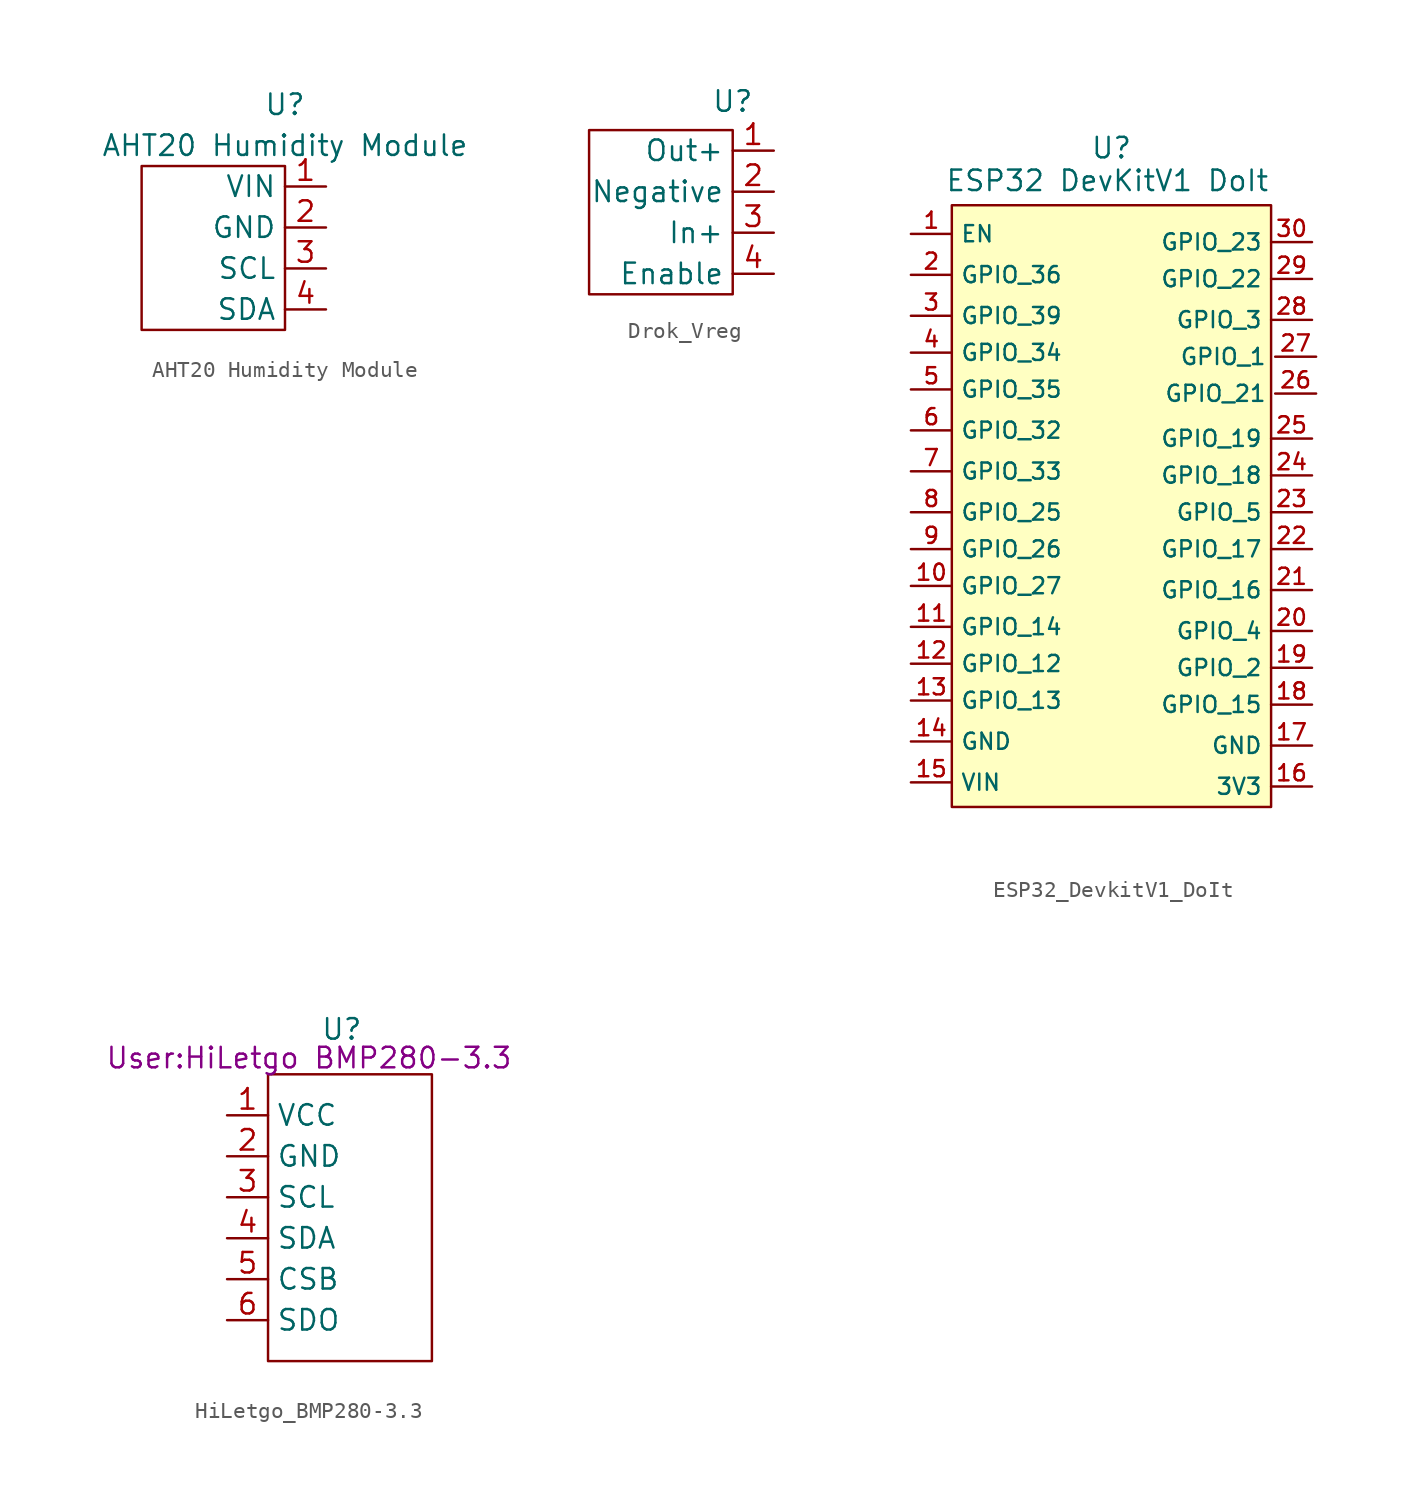
<source format=kicad_sym>
(kicad_symbol_lib
  (version 20220914)
  (generator kicad_symbol_editor)
  (symbol "AHT20 Humidity Module"
    (property "Reference" "U"
      (at 0 3.81 0)
      (effects (font (size 1.27 1.27))))
    (property "Value" "AHT20 Humidity Module"
      (at 0 1.27 0)
      (effects (font (size 1.27 1.27))))
    (symbol "AHT20 Humidity Module_0_1"
      (rectangle (start -8.89 0) (end 0 -10.16) (stroke (width 0) (type default)) (fill (type none))))
    (symbol "AHT20 Humidity Module_1_1"
      (pin power_in line (at 2.54 -1.27 180) (length 2.54) (name "VIN" (effects (font (size 1.27 1.27)))) (number "1" (effects (font (size 1.27 1.27)))))
      (pin power_in line (at 2.54 -3.81 180) (length 2.54) (name "GND" (effects (font (size 1.27 1.27)))) (number "2" (effects (font (size 1.27 1.27)))))
      (pin input line (at 2.54 -6.35 180) (length 2.54) (name "SCL" (effects (font (size 1.27 1.27)))) (number "3" (effects (font (size 1.27 1.27)))))
      (pin bidirectional line (at 2.54 -8.89 180) (length 2.54) (name "SDA" (effects (font (size 1.27 1.27)))) (number "4" (effects (font (size 1.27 1.27)))))))
  (symbol "Drok_Vreg"
    (property "Reference" "U"
      (at 0 1.778 0)
      (effects (font (size 1.27 1.27))))
    (property "Value" ""
      (at 0 0 0)
      (effects (font (size 1.27 1.27))))
    (symbol "Drok_Vreg_0_1"
      (rectangle (start -8.89 0) (end 0 -10.16) (stroke (width 0) (type default)) (fill (type none))))
    (symbol "Drok_Vreg_1_1"
      (pin output line (at 2.54 -1.27 180) (length 2.54) (name "Out+" (effects (font (size 1.27 1.27)))) (number "1" (effects (font (size 1.27 1.27)))))
      (pin input line (at 2.54 -3.81 180) (length 2.54) (name "Negative" (effects (font (size 1.27 1.27)))) (number "2" (effects (font (size 1.27 1.27)))))
      (pin input line (at 2.54 -6.35 180) (length 2.54) (name "In+" (effects (font (size 1.27 1.27)))) (number "3" (effects (font (size 1.27 1.27)))))
      (pin passive line (at 2.54 -8.89 180) (length 2.54) (name "Enable" (effects (font (size 1.27 1.27)))) (number "4" (effects (font (size 1.27 1.27)))))))
  (symbol "ESP32_DevkitV1_DoIt"
    (property "Reference" "U"
      (at 0 2.794 0)
      (effects (font (size 1.27 1.27))))
    (property "Value" "ESP32 DevKitV1 DoIt"
      (at -0.254 0.762 0)
      (effects (font (size 1.27 1.27))))
    (symbol "ESP32_DevkitV1_DoIt_1_1"
      (rectangle (start -9.906 -0.762) (end 9.906 -38.1) (stroke (width 0) (type default)) (fill (type background)))
      (pin input line (at -12.446 -2.54 0) (length 2.54) (name "EN" (effects (font (size 1 1)))) (number "1" (effects (font (size 1 1)))))
      (pin bidirectional line (at -12.446 -24.384 0) (length 2.54) (name "GPIO_27" (effects (font (size 1 1)))) (number "10" (effects (font (size 1 1)))))
      (pin bidirectional line (at -12.446 -26.924 0) (length 2.54) (name "GPIO_14" (effects (font (size 1 1)))) (number "11" (effects (font (size 1 1)))))
      (pin bidirectional line (at -12.446 -29.21 0) (length 2.54) (name "GPIO_12" (effects (font (size 1 1)))) (number "12" (effects (font (size 1 1)))))
      (pin bidirectional line (at -12.446 -31.496 0) (length 2.54) (name "GPIO_13" (effects (font (size 1 1)))) (number "13" (effects (font (size 1 1)))))
      (pin power_in line (at -12.446 -34.036 0) (length 2.54) (name "GND" (effects (font (size 1 1)))) (number "14" (effects (font (size 1 1)))))
      (pin power_in line (at -12.446 -36.576 0) (length 2.54) (name "VIN" (effects (font (size 1 1)))) (number "15" (effects (font (size 1 1)))))
      (pin bidirectional line (at 12.446 -36.83 180) (length 2.54) (name "3V3" (effects (font (size 1 1)))) (number "16" (effects (font (size 1 1)))))
      (pin power_in line (at 12.446 -34.29 180) (length 2.54) (name "GND" (effects (font (size 1 1)))) (number "17" (effects (font (size 1 1)))))
      (pin bidirectional line (at 12.446 -31.75 180) (length 2.54) (name "GPIO_15" (effects (font (size 1 1)))) (number "18" (effects (font (size 1 1)))))
      (pin bidirectional line (at 12.446 -29.464 180) (length 2.54) (name "GPIO_2" (effects (font (size 1 1)))) (number "19" (effects (font (size 1 1)))))
      (pin bidirectional line (at -12.446 -5.08 0) (length 2.54) (name "GPIO_36" (effects (font (size 1 1)))) (number "2" (effects (font (size 1 1)))))
      (pin bidirectional line (at 12.446 -27.178 180) (length 2.54) (name "GPIO_4" (effects (font (size 1 1)))) (number "20" (effects (font (size 1 1)))))
      (pin bidirectional line (at 12.446 -24.638 180) (length 2.54) (name "GPIO_16" (effects (font (size 1 1)))) (number "21" (effects (font (size 1 1)))))
      (pin bidirectional line (at 12.446 -22.098 180) (length 2.54) (name "GPIO_17" (effects (font (size 1 1)))) (number "22" (effects (font (size 1 1)))))
      (pin bidirectional line (at 12.446 -19.812 180) (length 2.54) (name "GPIO_5" (effects (font (size 1 1)))) (number "23" (effects (font (size 1 1)))))
      (pin bidirectional line (at 12.446 -17.526 180) (length 2.54) (name "GPIO_18" (effects (font (size 1 1)))) (number "24" (effects (font (size 1 1)))))
      (pin bidirectional line (at 12.446 -15.24 180) (length 2.54) (name "GPIO_19" (effects (font (size 1 1)))) (number "25" (effects (font (size 1 1)))))
      (pin bidirectional line (at 12.7 -12.446 180) (length 2.54) (name "GPIO_21" (effects (font (size 1 1)))) (number "26" (effects (font (size 1 1)))))
      (pin bidirectional line (at 12.7 -10.16 180) (length 2.54) (name "GPIO_1" (effects (font (size 1 1)))) (number "27" (effects (font (size 1 1)))))
      (pin bidirectional line (at 12.446 -7.874 180) (length 2.54) (name "GPIO_3" (effects (font (size 1 1)))) (number "28" (effects (font (size 1 1)))))
      (pin bidirectional line (at 12.446 -5.334 180) (length 2.54) (name "GPIO_22" (effects (font (size 1 1)))) (number "29" (effects (font (size 1 1)))))
      (pin bidirectional line (at -12.446 -7.62 0) (length 2.54) (name "GPIO_39" (effects (font (size 1 1)))) (number "3" (effects (font (size 1 1)))))
      (pin bidirectional line (at 12.446 -3.048 180) (length 2.54) (name "GPIO_23" (effects (font (size 1 1)))) (number "30" (effects (font (size 1 1)))))
      (pin bidirectional line (at -12.446 -9.906 0) (length 2.54) (name "GPIO_34" (effects (font (size 1 1)))) (number "4" (effects (font (size 1 1)))))
      (pin bidirectional line (at -12.446 -12.192 0) (length 2.54) (name "GPIO_35" (effects (font (size 1 1)))) (number "5" (effects (font (size 1 1)))))
      (pin bidirectional line (at -12.446 -14.732 0) (length 2.54) (name "GPIO_32" (effects (font (size 1 1)))) (number "6" (effects (font (size 1 1)))))
      (pin bidirectional line (at -12.446 -17.272 0) (length 2.54) (name "GPIO_33" (effects (font (size 1 1)))) (number "7" (effects (font (size 1 1)))))
      (pin bidirectional line (at -12.446 -19.812 0) (length 2.54) (name "GPIO_25" (effects (font (size 1 1)))) (number "8" (effects (font (size 1 1)))))
      (pin bidirectional line (at -12.446 -22.098 0) (length 2.54) (name "GPIO_26" (effects (font (size 1 1)))) (number "9" (effects (font (size 1 1)))))))
  (symbol "HiLetgo_BMP280-3.3"
    (property "Reference" "U"
      (at -0.254 2.794 0)
      (effects (font (size 1.27 1.27))))
    (property "Value" ""
      (at -2.286 0 0)
      (effects (font (size 1.27 1.27))))
    (property "Footprint" "User:HiLetgo BMP280-3.3"
      (at -2.286 1.016 0)
      (effects (font (size 1.27 1.27))))
    (symbol "HiLetgo_BMP280-3.3_1_1"
      (rectangle (start -4.826 0) (end 5.334 -17.78) (stroke (width 0) (type default)) (fill (type none)))
      (pin input line (at -7.366 -2.54 0) (length 2.54) (name "VCC" (effects (font (size 1.27 1.27)))) (number "1" (effects (font (size 1.27 1.27)))))
      (pin input line (at -7.366 -5.08 0) (length 2.54) (name "GND" (effects (font (size 1.27 1.27)))) (number "2" (effects (font (size 1.27 1.27)))))
      (pin input line (at -7.366 -7.62 0) (length 2.54) (name "SCL" (effects (font (size 1.27 1.27)))) (number "3" (effects (font (size 1.27 1.27)))))
      (pin input line (at -7.366 -10.16 0) (length 2.54) (name "SDA" (effects (font (size 1.27 1.27)))) (number "4" (effects (font (size 1.27 1.27)))))
      (pin input line (at -7.366 -12.7 0) (length 2.54) (name "CSB" (effects (font (size 1.27 1.27)))) (number "5" (effects (font (size 1.27 1.27)))))
      (pin input line (at -7.366 -15.24 0) (length 2.54) (name "SDO" (effects (font (size 1.27 1.27)))) (number "6" (effects (font (size 1.27 1.27))))))))
</source>
